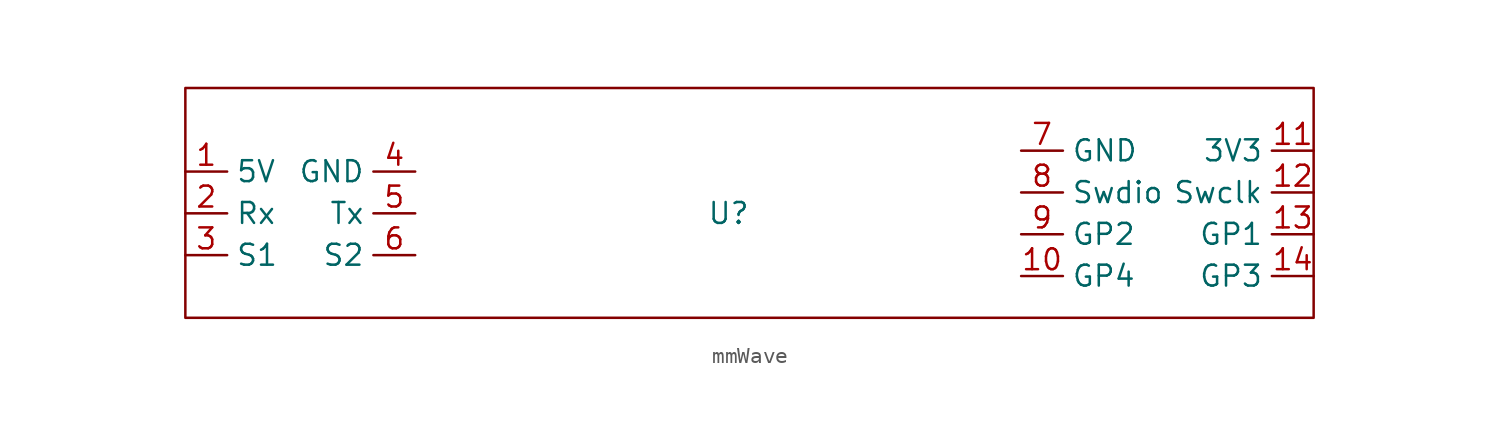
<source format=kicad_sym>
(kicad_symbol_lib
  (version 20240819)
  (generator "kicad_symbol_editor")
  (generator_version "8.99")
  (symbol "mmWave"
    (property "Reference" "U"
      (at 0 0 0)
      (effects (font (size 1.27 1.27))))
    (property "Value" ""
      (at 0 0 0)
      (effects (font (size 1.27 1.27))))
    (symbol "mmWave_0_1"
      (rectangle (start -33.02 7.62) (end 35.56 -6.35) (stroke (width 0) (type default)) (fill (type none))))
    (symbol "mmWave_1_1"
      (pin power_in line (at -33.02 2.54 0) (length 2.54) (name "5V" (effects (font (size 1.27 1.27)))) (number "1" (effects (font (size 1.27 1.27)))))
      (pin input line (at -33.02 0 0) (length 2.54) (name "Rx" (effects (font (size 1.27 1.27)))) (number "2" (effects (font (size 1.27 1.27)))))
      (pin input line (at -33.02 -2.54 0) (length 2.54) (name "S1" (effects (font (size 1.27 1.27)))) (number "3" (effects (font (size 1.27 1.27)))))
      (pin power_in line (at -19.05 2.54 180) (length 2.54) (name "GND" (effects (font (size 1.27 1.27)))) (number "4" (effects (font (size 1.27 1.27)))))
      (pin output line (at -19.05 0 180) (length 2.54) (name "Tx" (effects (font (size 1.27 1.27)))) (number "5" (effects (font (size 1.27 1.27)))))
      (pin input line (at -19.05 -2.54 180) (length 2.54) (name "S2" (effects (font (size 1.27 1.27)))) (number "6" (effects (font (size 1.27 1.27)))))
      (pin power_in line (at 17.78 3.81 0) (length 2.54) (name "GND" (effects (font (size 1.27 1.27)))) (number "7" (effects (font (size 1.27 1.27)))))
      (pin input line (at 17.78 1.27 0) (length 2.54) (name "Swdio" (effects (font (size 1.27 1.27)))) (number "8" (effects (font (size 1.27 1.27)))))
      (pin input line (at 17.78 -1.27 0) (length 2.54) (name "GP2" (effects (font (size 1.27 1.27)))) (number "9" (effects (font (size 1.27 1.27)))))
      (pin input line (at 17.78 -3.81 0) (length 2.54) (name "GP4" (effects (font (size 1.27 1.27)))) (number "10" (effects (font (size 1.27 1.27)))))
      (pin power_in line (at 35.56 3.81 180) (length 2.54) (name "3V3" (effects (font (size 1.27 1.27)))) (number "11" (effects (font (size 1.27 1.27)))))
      (pin input line (at 35.56 1.27 180) (length 2.54) (name "Swclk" (effects (font (size 1.27 1.27)))) (number "12" (effects (font (size 1.27 1.27)))))
      (pin input line (at 35.56 -1.27 180) (length 2.54) (name "GP1" (effects (font (size 1.27 1.27)))) (number "13" (effects (font (size 1.27 1.27)))))
      (pin input line (at 35.56 -3.81 180) (length 2.54) (name "GP3" (effects (font (size 1.27 1.27)))) (number "14" (effects (font (size 1.27 1.27))))))))
</source>
